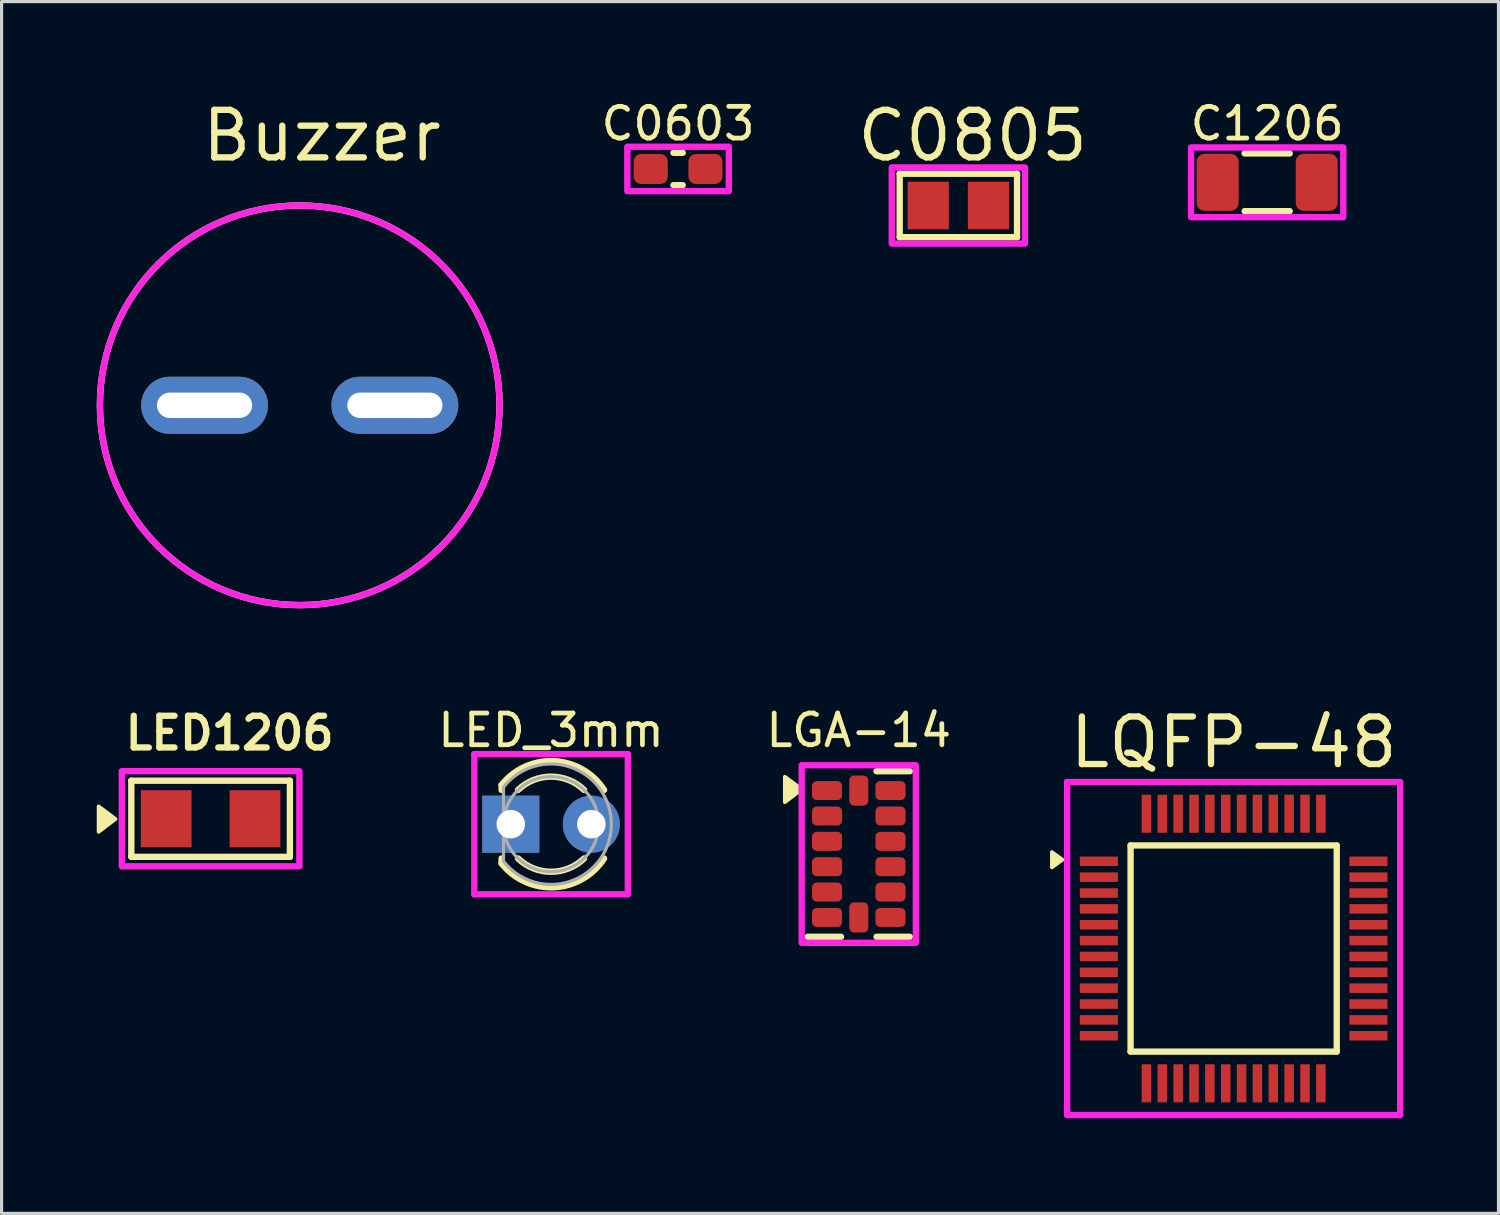
<source format=kicad_pcb>
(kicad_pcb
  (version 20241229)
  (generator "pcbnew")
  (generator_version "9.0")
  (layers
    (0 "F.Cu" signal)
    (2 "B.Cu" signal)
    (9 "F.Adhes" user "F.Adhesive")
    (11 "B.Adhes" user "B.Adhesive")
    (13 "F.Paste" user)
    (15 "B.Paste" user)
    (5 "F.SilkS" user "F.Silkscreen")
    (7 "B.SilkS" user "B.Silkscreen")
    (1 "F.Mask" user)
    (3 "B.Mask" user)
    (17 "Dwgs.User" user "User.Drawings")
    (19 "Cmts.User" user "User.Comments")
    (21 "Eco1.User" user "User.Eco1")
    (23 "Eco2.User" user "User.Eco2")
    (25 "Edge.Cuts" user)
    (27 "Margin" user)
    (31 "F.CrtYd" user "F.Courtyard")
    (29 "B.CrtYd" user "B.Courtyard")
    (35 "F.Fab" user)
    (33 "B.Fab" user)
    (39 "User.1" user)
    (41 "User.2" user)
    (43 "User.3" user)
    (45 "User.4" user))
  (footprint "LED1206"
    (layer "F.Cu")
    (at 3.59 22.765)
    (property "Reference" "LED1206" (at 0.6 -2.7 0) (layer "F.SilkS") (effects (font (size 1 1) (thickness 0.2))))
    (attr smd)
    (fp_line (start -2.5 -1.2) (end 2.5 -1.2) (stroke (width 0.2) (type solid)) (layer "F.SilkS"))
    (fp_line (start -2.5 1.2) (end -2.5 -1.2) (stroke (width 0.2) (type solid)) (layer "F.SilkS"))
    (fp_line (start 2.5 -1.2) (end 2.5 1.2) (stroke (width 0.2) (type solid)) (layer "F.SilkS"))
    (fp_line (start 2.5 1.2) (end -2.5 1.2) (stroke (width 0.2) (type solid)) (layer "F.SilkS"))
    (fp_poly (pts (xy -3 0.008) (xy -3.53 0.412) (xy -3.53 -0.388)) (stroke (width 0.12) (type solid)) (fill yes) (layer "F.SilkS"))
    (fp_rect (start -2.8 -1.5) (end 2.8 1.5) (stroke (width 0.2) (type default)) (fill no) (layer "F.CrtYd"))
    (pad "1" smd rect (at -1.4 0) (size 1.6 1.8) (layers "F.Cu" "F.Mask" "F.Paste"))
    (pad "2" smd rect (at 1.4 0) (size 1.6 1.8) (layers "F.Cu" "F.Mask" "F.Paste")))
  (footprint "C0805"
    (layer "F.Cu")
    (at 27.167 3.429)
    (property "Reference" "C0805" (at 0.45 -2.2 0) (layer "F.SilkS") (effects (font (size 1.5 1.5) (thickness 0.2))))
    (attr smd)
    (fp_line (start -1.85 -1) (end 1.85 -1) (stroke (width 0.2) (type solid)) (layer "F.SilkS"))
    (fp_line (start -1.85 1) (end -1.85 -1) (stroke (width 0.2) (type solid)) (layer "F.SilkS"))
    (fp_line (start 1.85 -1) (end 1.85 1) (stroke (width 0.2) (type solid)) (layer "F.SilkS"))
    (fp_line (start 1.85 1) (end -1.85 1) (stroke (width 0.2) (type solid)) (layer "F.SilkS"))
    (fp_rect (start -2.1 -1.2) (end 2.1 1.2) (stroke (width 0.2) (type default)) (fill no) (layer "F.CrtYd"))
    (pad "1" smd rect (at -0.95 0) (size 1.3 1.5) (layers "F.Cu" "F.Mask" "F.Paste"))
    (pad "2" smd rect (at 0.95 0) (size 1.3 1.5) (layers "F.Cu" "F.Mask" "F.Paste")))
  (footprint "C0603"
    (layer "F.Cu")
    (at 18.33 2.278)
    (property "Reference" "C0603" (at 0 -1.43 0) (layer "F.SilkS") (effects (font (size 1 1) (thickness 0.15))))
    (attr smd)
    (fp_line (start -0.146 -0.51) (end 0.146 -0.51) (stroke (width 0.2) (type solid)) (layer "F.SilkS"))
    (fp_line (start -0.146 0.51) (end 0.146 0.51) (stroke (width 0.2) (type solid)) (layer "F.SilkS"))
    (fp_rect (start -1.6 -0.7) (end 1.6 0.7) (stroke (width 0.2) (type default)) (fill no) (layer "F.CrtYd"))
    (pad "1" smd roundrect (at -0.863 0) (size 1.075 0.95) (layers "F.Cu" "F.Mask" "F.Paste") (roundrect_rratio 0.25))
    (pad "2" smd roundrect (at 0.863 0) (size 1.075 0.95) (layers "F.Cu" "F.Mask" "F.Paste") (roundrect_rratio 0.25)))
  (footprint "Buzzer"
    (layer "F.Cu")
    (at 6.4 9.729)
    (property "Reference" "Buzzer" (at 0.7 -8.5 0) (layer "F.SilkS") (effects (font (size 1.5 1.5) (thickness 0.2))))
    (attr through_hole)
    (fp_circle (center 0 0) (end 6.3 0) (stroke (width 0.2) (type solid)) (fill no) (layer "F.SilkS"))
    (fp_circle (center 0 0) (end 6.3 0) (stroke (width 0.2) (type solid)) (fill no) (layer "F.CrtYd"))
    (pad "1" thru_hole oval (at -3 0) (size 4 1.8) (drill oval 3 0.8) (layers "*.Cu" "*.Mask"))
    (pad "2" thru_hole oval (at 3 0) (size 4 1.8) (drill oval 3 0.8) (layers "*.Cu" "*.Mask")))
  (footprint "LED_3mm"
    (layer "F.Cu")
    (at 14.325 22.937)
    (property "Reference" "LED_3mm" (at 0 -2.96 0) (layer "F.SilkS") (effects (font (size 1 1) (thickness 0.15))))
    (attr through_hole)
    (fp_line (start -1.56 -1.236) (end -1.56 -1.08) (stroke (width 0.2) (type solid)) (layer "F.SilkS"))
    (fp_line (start -1.56 1.08) (end -1.56 1.236) (stroke (width 0.2) (type solid)) (layer "F.SilkS"))
    (fp_arc (start -1.56 -1.235516) (mid 0.095624 -1.987701) (end 1.671397 -1.080061) (stroke (width 0.2) (type solid)) (layer "F.SilkS"))
    (fp_arc (start -1.040961 -1.08) (mid -0.000036 -1.5) (end 1.04091 -1.080049) (stroke (width 0.2) (type solid)) (layer "F.SilkS"))
    (fp_arc (start 1.04091 1.080049) (mid -0.000036 1.5) (end -1.040961 1.08) (stroke (width 0.2) (type solid)) (layer "F.SilkS"))
    (fp_arc (start 1.671397 1.080061) (mid 0.095624 1.987701) (end -1.56 1.235516) (stroke (width 0.2) (type solid)) (layer "F.SilkS"))
    (fp_line (start -2.42 -2.21) (end -2.42 2.21) (stroke (width 0.2) (type solid)) (layer "F.CrtYd"))
    (fp_line (start -2.42 2.21) (end 2.42 2.21) (stroke (width 0.2) (type solid)) (layer "F.CrtYd"))
    (fp_line (start 2.42 -2.21) (end -2.42 -2.21) (stroke (width 0.2) (type solid)) (layer "F.CrtYd"))
    (fp_line (start 2.42 2.21) (end 2.42 -2.21) (stroke (width 0.2) (type solid)) (layer "F.CrtYd"))
    (fp_line (start -1.5 -1.166) (end -1.5 1.166) (stroke (width 0.1) (type solid)) (layer "F.Fab"))
    (fp_arc (start -1.5 -1.16619) (mid 1.9 -0.000037) (end -1.499955 1.166249) (stroke (width 0.1) (type solid)) (layer "F.Fab"))
    (fp_circle (center 0 0) (end 1.5 0) (stroke (width 0.1) (type solid)) (fill no) (layer "F.Fab"))
    (pad "1" thru_hole rect (at -1.27 0) (size 1.8 1.8) (drill 0.9) (layers "*.Cu" "*.Mask"))
    (pad "2" thru_hole circle (at 1.27 0) (size 1.8 1.8) (drill 0.9) (layers "*.Cu" "*.Mask")))
  (footprint "C1206"
    (layer "F.Cu")
    (at 36.904 2.698)
    (property "Reference" "C1206" (at 0 -1.85 0) (layer "F.SilkS") (effects (font (size 1 1) (thickness 0.15))))
    (attr smd)
    (fp_line (start -0.711 -0.91) (end 0.711 -0.91) (stroke (width 0.2) (type solid)) (layer "F.SilkS"))
    (fp_line (start -0.711 0.91) (end 0.711 0.91) (stroke (width 0.2) (type solid)) (layer "F.SilkS"))
    (fp_rect (start -2.4 -1.1) (end 2.4 1.1) (stroke (width 0.2) (type default)) (fill no) (layer "F.CrtYd"))
    (pad "1" smd roundrect (at -1.562 0) (size 1.325 1.8) (layers "F.Cu" "F.Mask" "F.Paste") (roundrect_rratio 0.189))
    (pad "2" smd roundrect (at 1.562 0) (size 1.325 1.8) (layers "F.Cu" "F.Mask" "F.Paste") (roundrect_rratio 0.189)))
  (footprint "LGA-14"
    (layer "F.Cu")
    (at 24.027 23.877)
    (property "Reference" "LGA-14" (at 0 -3.9 0) (unlocked yes) (layer "F.SilkS") (effects (font (size 1 1) (thickness 0.15))))
    (attr smd)
    (fp_line (start -0.56 2.61) (end -1.61 2.61) (stroke (width 0.2) (type solid)) (layer "F.SilkS"))
    (fp_line (start 0.56 -2.61) (end 1.61 -2.61) (stroke (width 0.2) (type solid)) (layer "F.SilkS"))
    (fp_line (start 0.56 2.61) (end 1.61 2.61) (stroke (width 0.2) (type solid)) (layer "F.SilkS"))
    (fp_poly (pts (xy -1.8 -2.04) (xy -2.33 -1.635) (xy -2.33 -2.435)) (stroke (width 0.12) (type solid)) (fill yes) (layer "F.SilkS"))
    (fp_rect (start -1.8 2.8) (end 1.8 -2.8) (stroke (width 0.2) (type solid)) (fill no) (layer "F.CrtYd"))
    (pad "1" smd roundrect (at -1 -2) (size 0.95 0.6) (layers "F.Cu" "F.Mask" "F.Paste") (roundrect_rratio 0.25))
    (pad "2" smd roundrect (at -1 -1.2) (size 0.95 0.6) (layers "F.Cu" "F.Mask" "F.Paste") (roundrect_rratio 0.25))
    (pad "3" smd roundrect (at -1 -0.4) (size 0.95 0.6) (layers "F.Cu" "F.Mask" "F.Paste") (roundrect_rratio 0.25))
    (pad "4" smd roundrect (at -1 0.4) (size 0.95 0.6) (layers "F.Cu" "F.Mask" "F.Paste") (roundrect_rratio 0.25))
    (pad "5" smd roundrect (at -1 1.2) (size 0.95 0.6) (layers "F.Cu" "F.Mask" "F.Paste") (roundrect_rratio 0.25))
    (pad "6" smd roundrect (at -1 2) (size 0.95 0.6) (layers "F.Cu" "F.Mask" "F.Paste") (roundrect_rratio 0.25))
    (pad "7" smd roundrect (at 0 2) (size 0.6 0.95) (layers "F.Cu" "F.Mask" "F.Paste") (roundrect_rratio 0.25))
    (pad "8" smd roundrect (at 1 2) (size 0.95 0.6) (layers "F.Cu" "F.Mask" "F.Paste") (roundrect_rratio 0.25))
    (pad "9" smd roundrect (at 1 1.2) (size 0.95 0.6) (layers "F.Cu" "F.Mask" "F.Paste") (roundrect_rratio 0.25))
    (pad "10" smd roundrect (at 1 0.4) (size 0.95 0.6) (layers "F.Cu" "F.Mask" "F.Paste") (roundrect_rratio 0.25))
    (pad "11" smd roundrect (at 1 -0.4) (size 0.95 0.6) (layers "F.Cu" "F.Mask" "F.Paste") (roundrect_rratio 0.25))
    (pad "12" smd roundrect (at 1 -1.2) (size 0.95 0.6) (layers "F.Cu" "F.Mask" "F.Paste") (roundrect_rratio 0.25))
    (pad "13" smd roundrect (at 1 -2) (size 0.95 0.6) (layers "F.Cu" "F.Mask" "F.Paste") (roundrect_rratio 0.25))
    (pad "14" smd roundrect (at 0 -2) (size 0.6 0.95) (layers "F.Cu" "F.Mask" "F.Paste") (roundrect_rratio 0.25)))
  (footprint "LQFP-48"
    (layer "F.Cu")
    (at 35.847 26.857)
    (property "Reference" "LQFP-48" (at 0 -6.5 0) (layer "F.SilkS") (effects (font (size 1.5 1.5) (thickness 0.2))))
    (attr smd)
    (fp_line (start -3.25 -3.25) (end 3.25 -3.25) (stroke (width 0.2) (type solid)) (layer "F.SilkS"))
    (fp_line (start -3.25 3.25) (end -3.25 -3.25) (stroke (width 0.2) (type solid)) (layer "F.SilkS"))
    (fp_line (start 3.25 -3.25) (end 3.25 3.25) (stroke (width 0.2) (type solid)) (layer "F.SilkS"))
    (fp_line (start 3.25 3.25) (end -3.25 3.25) (stroke (width 0.2) (type solid)) (layer "F.SilkS"))
    (fp_poly (pts (xy -5.4 -2.8) (xy -5.73 -2.56) (xy -5.73 -3.04)) (stroke (width 0.12) (type solid)) (fill yes) (layer "F.SilkS"))
    (fp_line (start -5.25 -5.25) (end 5.25 -5.25) (stroke (width 0.2) (type solid)) (layer "F.CrtYd"))
    (fp_line (start -5.25 5.25) (end -5.25 -5.25) (stroke (width 0.2) (type solid)) (layer "F.CrtYd"))
    (fp_line (start 5.25 -5.25) (end 5.25 5.25) (stroke (width 0.2) (type solid)) (layer "F.CrtYd"))
    (fp_line (start 5.25 5.25) (end -5.25 5.25) (stroke (width 0.2) (type solid)) (layer "F.CrtYd"))
    (pad "1" smd rect (at -4.25 -2.75) (size 1.2 0.3) (layers "F.Cu" "F.Mask" "F.Paste"))
    (pad "2" smd rect (at -4.25 -2.25) (size 1.2 0.3) (layers "F.Cu" "F.Mask" "F.Paste"))
    (pad "3" smd rect (at -4.25 -1.75) (size 1.2 0.3) (layers "F.Cu" "F.Mask" "F.Paste"))
    (pad "4" smd rect (at -4.25 -1.25) (size 1.2 0.3) (layers "F.Cu" "F.Mask" "F.Paste"))
    (pad "5" smd rect (at -4.25 -0.75) (size 1.2 0.3) (layers "F.Cu" "F.Mask" "F.Paste"))
    (pad "6" smd rect (at -4.25 -0.25) (size 1.2 0.3) (layers "F.Cu" "F.Mask" "F.Paste"))
    (pad "7" smd rect (at -4.25 0.25) (size 1.2 0.3) (layers "F.Cu" "F.Mask" "F.Paste"))
    (pad "8" smd rect (at -4.25 0.75) (size 1.2 0.3) (layers "F.Cu" "F.Mask" "F.Paste"))
    (pad "9" smd rect (at -4.25 1.25) (size 1.2 0.3) (layers "F.Cu" "F.Mask" "F.Paste"))
    (pad "10" smd rect (at -4.25 1.75) (size 1.2 0.3) (layers "F.Cu" "F.Mask" "F.Paste"))
    (pad "11" smd rect (at -4.25 2.25) (size 1.2 0.3) (layers "F.Cu" "F.Mask" "F.Paste"))
    (pad "12" smd rect (at -4.25 2.75) (size 1.2 0.3) (layers "F.Cu" "F.Mask" "F.Paste"))
    (pad "13" smd rect (at -2.75 4.25 90) (size 1.2 0.3) (layers "F.Cu" "F.Mask" "F.Paste"))
    (pad "14" smd rect (at -2.25 4.25 90) (size 1.2 0.3) (layers "F.Cu" "F.Mask" "F.Paste"))
    (pad "15" smd rect (at -1.75 4.25 90) (size 1.2 0.3) (layers "F.Cu" "F.Mask" "F.Paste"))
    (pad "16" smd rect (at -1.25 4.25 90) (size 1.2 0.3) (layers "F.Cu" "F.Mask" "F.Paste"))
    (pad "17" smd rect (at -0.75 4.25 90) (size 1.2 0.3) (layers "F.Cu" "F.Mask" "F.Paste"))
    (pad "18" smd rect (at -0.25 4.25 90) (size 1.2 0.3) (layers "F.Cu" "F.Mask" "F.Paste"))
    (pad "19" smd rect (at 0.25 4.25 90) (size 1.2 0.3) (layers "F.Cu" "F.Mask" "F.Paste"))
    (pad "20" smd rect (at 0.75 4.25 90) (size 1.2 0.3) (layers "F.Cu" "F.Mask" "F.Paste"))
    (pad "21" smd rect (at 1.25 4.25 90) (size 1.2 0.3) (layers "F.Cu" "F.Mask" "F.Paste"))
    (pad "22" smd rect (at 1.75 4.25 90) (size 1.2 0.3) (layers "F.Cu" "F.Mask" "F.Paste"))
    (pad "23" smd rect (at 2.25 4.25 90) (size 1.2 0.3) (layers "F.Cu" "F.Mask" "F.Paste"))
    (pad "24" smd rect (at 2.75 4.25 90) (size 1.2 0.3) (layers "F.Cu" "F.Mask" "F.Paste"))
    (pad "25" smd rect (at 4.25 2.75) (size 1.2 0.3) (layers "F.Cu" "F.Mask" "F.Paste"))
    (pad "26" smd rect (at 4.25 2.25) (size 1.2 0.3) (layers "F.Cu" "F.Mask" "F.Paste"))
    (pad "27" smd rect (at 4.25 1.75) (size 1.2 0.3) (layers "F.Cu" "F.Mask" "F.Paste"))
    (pad "28" smd rect (at 4.25 1.25) (size 1.2 0.3) (layers "F.Cu" "F.Mask" "F.Paste"))
    (pad "29" smd rect (at 4.25 0.75) (size 1.2 0.3) (layers "F.Cu" "F.Mask" "F.Paste"))
    (pad "30" smd rect (at 4.25 0.25) (size 1.2 0.3) (layers "F.Cu" "F.Mask" "F.Paste"))
    (pad "31" smd rect (at 4.25 -0.25) (size 1.2 0.3) (layers "F.Cu" "F.Mask" "F.Paste"))
    (pad "32" smd rect (at 4.25 -0.75) (size 1.2 0.3) (layers "F.Cu" "F.Mask" "F.Paste"))
    (pad "33" smd rect (at 4.25 -1.25) (size 1.2 0.3) (layers "F.Cu" "F.Mask" "F.Paste"))
    (pad "34" smd rect (at 4.25 -1.75) (size 1.2 0.3) (layers "F.Cu" "F.Mask" "F.Paste"))
    (pad "35" smd rect (at 4.25 -2.25) (size 1.2 0.3) (layers "F.Cu" "F.Mask" "F.Paste"))
    (pad "36" smd rect (at 4.25 -2.75) (size 1.2 0.3) (layers "F.Cu" "F.Mask" "F.Paste"))
    (pad "37" smd rect (at 2.75 -4.25 90) (size 1.2 0.3) (layers "F.Cu" "F.Mask" "F.Paste"))
    (pad "38" smd rect (at 2.25 -4.25 90) (size 1.2 0.3) (layers "F.Cu" "F.Mask" "F.Paste"))
    (pad "39" smd rect (at 1.75 -4.25 90) (size 1.2 0.3) (layers "F.Cu" "F.Mask" "F.Paste"))
    (pad "40" smd rect (at 1.25 -4.25 90) (size 1.2 0.3) (layers "F.Cu" "F.Mask" "F.Paste"))
    (pad "41" smd rect (at 0.75 -4.25 90) (size 1.2 0.3) (layers "F.Cu" "F.Mask" "F.Paste"))
    (pad "42" smd rect (at 0.25 -4.25 90) (size 1.2 0.3) (layers "F.Cu" "F.Mask" "F.Paste"))
    (pad "43" smd rect (at -0.25 -4.25 90) (size 1.2 0.3) (layers "F.Cu" "F.Mask" "F.Paste"))
    (pad "44" smd rect (at -0.75 -4.25 90) (size 1.2 0.3) (layers "F.Cu" "F.Mask" "F.Paste"))
    (pad "45" smd rect (at -1.25 -4.25 90) (size 1.2 0.3) (layers "F.Cu" "F.Mask" "F.Paste"))
    (pad "46" smd rect (at -1.75 -4.25 90) (size 1.2 0.3) (layers "F.Cu" "F.Mask" "F.Paste"))
    (pad "47" smd rect (at -2.25 -4.25 90) (size 1.2 0.3) (layers "F.Cu" "F.Mask" "F.Paste"))
    (pad "48" smd rect (at -2.75 -4.25 90) (size 1.2 0.3) (layers "F.Cu" "F.Mask" "F.Paste")))
  (gr_rect
    (start -3 -3)
    (end 44.197 35.207)
    (stroke (width 0.1) (type default))
    (fill no)
    (layer "Edge.Cuts")))
</source>
